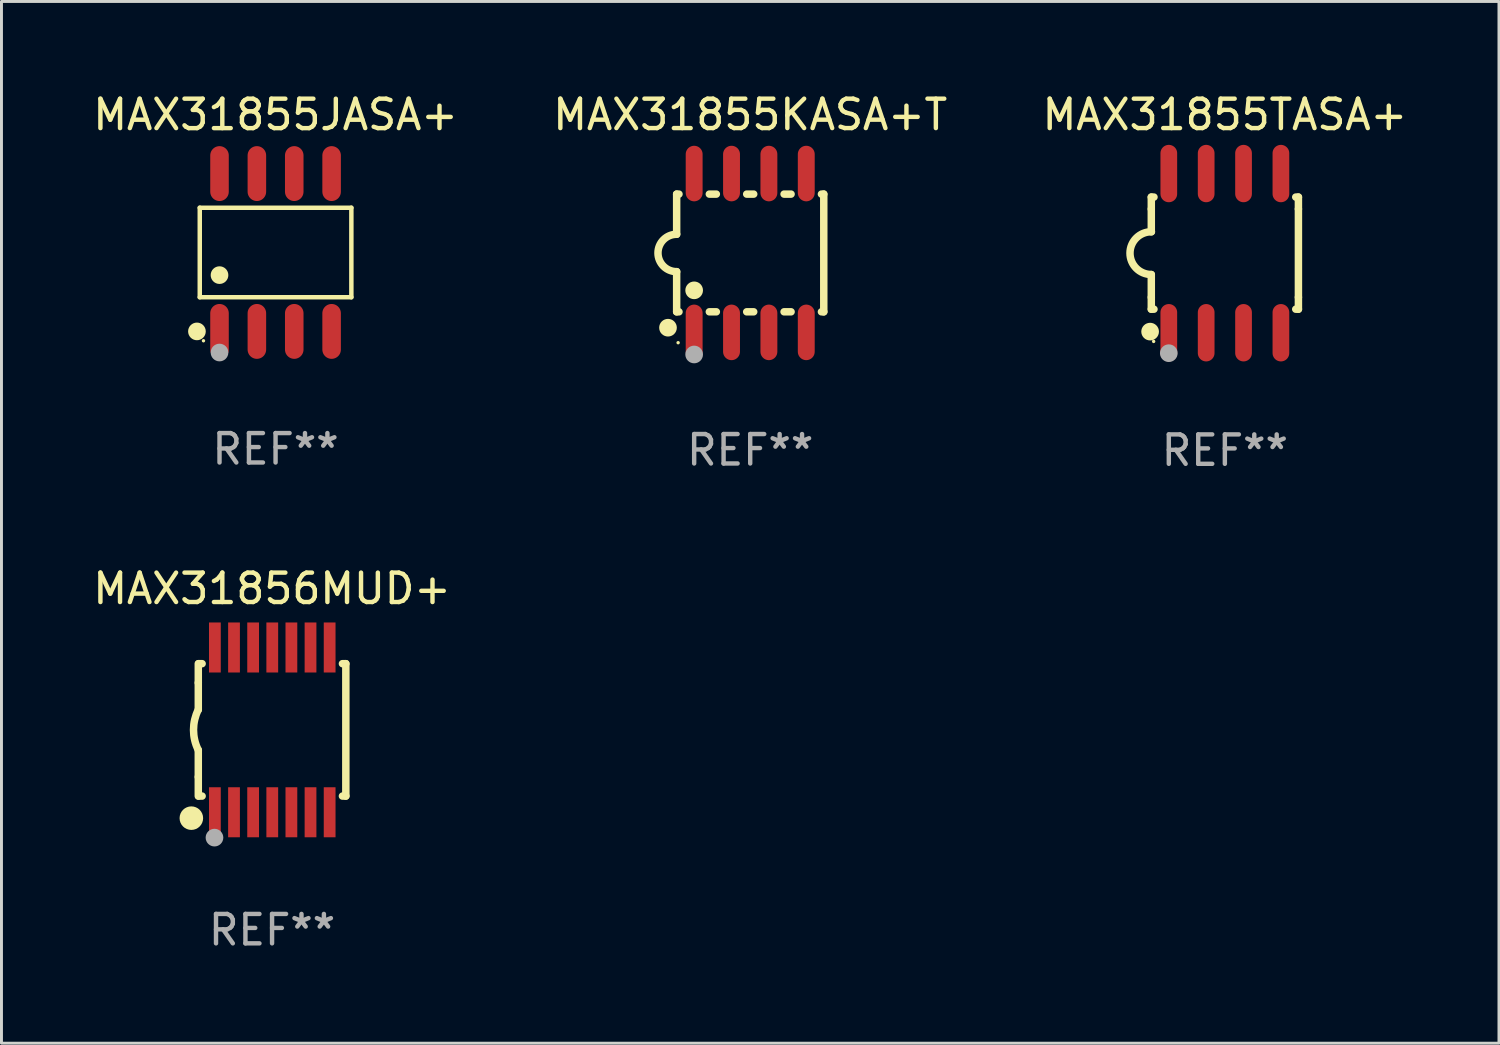
<source format=kicad_pcb>
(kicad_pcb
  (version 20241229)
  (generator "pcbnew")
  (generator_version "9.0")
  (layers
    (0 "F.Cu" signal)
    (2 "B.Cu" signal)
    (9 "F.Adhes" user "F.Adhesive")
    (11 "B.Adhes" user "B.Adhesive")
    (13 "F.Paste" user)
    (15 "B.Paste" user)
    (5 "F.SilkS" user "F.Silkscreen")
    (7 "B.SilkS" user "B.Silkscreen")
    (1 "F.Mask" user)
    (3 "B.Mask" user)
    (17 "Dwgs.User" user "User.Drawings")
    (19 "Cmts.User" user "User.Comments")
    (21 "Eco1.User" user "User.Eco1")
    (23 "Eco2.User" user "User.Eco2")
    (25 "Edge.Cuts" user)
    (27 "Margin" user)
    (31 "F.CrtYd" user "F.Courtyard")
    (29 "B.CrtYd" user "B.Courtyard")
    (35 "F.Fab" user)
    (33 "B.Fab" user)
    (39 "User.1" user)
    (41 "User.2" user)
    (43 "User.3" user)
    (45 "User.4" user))
  (footprint "MAX31855KASA+T"
    (layer "F.Cu")
    (at 22.446 5.547)
    (property "Reference" "MAX31855KASA+T" (at 0 -4.699 0) (layer "F.SilkS") (effects (font (size 1 1) (thickness 0.15))))
    (attr through_hole)
    (fp_line (start -2.5 -2) (end -2.5 -0.635) (stroke (width 0.254) (type solid)) (layer "F.SilkS"))
    (fp_line (start -2.5 -2) (end -2.421 -2) (stroke (width 0.254) (type solid)) (layer "F.SilkS"))
    (fp_line (start -2.5 2) (end -2.5 0.635) (stroke (width 0.254) (type solid)) (layer "F.SilkS"))
    (fp_line (start -2.5 2) (end -2.421 2) (stroke (width 0.254) (type solid)) (layer "F.SilkS"))
    (fp_line (start -1.389 -2) (end -1.151 -2) (stroke (width 0.254) (type solid)) (layer "F.SilkS"))
    (fp_line (start -1.389 2) (end -1.151 2) (stroke (width 0.254) (type solid)) (layer "F.SilkS"))
    (fp_line (start -0.119 -2) (end 0.119 -2) (stroke (width 0.254) (type solid)) (layer "F.SilkS"))
    (fp_line (start -0.119 2) (end 0.119 2) (stroke (width 0.254) (type solid)) (layer "F.SilkS"))
    (fp_line (start 1.151 -2) (end 1.389 -2) (stroke (width 0.254) (type solid)) (layer "F.SilkS"))
    (fp_line (start 1.151 2) (end 1.389 2) (stroke (width 0.254) (type solid)) (layer "F.SilkS"))
    (fp_line (start 2.421 -2) (end 2.5 -2) (stroke (width 0.254) (type solid)) (layer "F.SilkS"))
    (fp_line (start 2.421 2) (end 2.5 2) (stroke (width 0.254) (type solid)) (layer "F.SilkS"))
    (fp_line (start 2.5 -2) (end 2.5 2) (stroke (width 0.254) (type solid)) (layer "F.SilkS"))
    (fp_arc (start -2.5 0.635001) (mid -3.134366 -0.000318) (end -2.499365 -0.635001) (stroke (width 0.254001) (type solid)) (layer "F.SilkS"))
    (fp_circle (center -2.794 2.54) (end -2.644 2.54) (stroke (width 0.3) (type solid)) (fill no) (layer "F.SilkS"))
    (fp_circle (center -2.45 3.05) (end -2.42 3.05) (stroke (width 0.06) (type solid)) (fill no) (layer "F.SilkS"))
    (fp_circle (center -1.905 1.27) (end -1.755 1.27) (stroke (width 0.3) (type solid)) (fill no) (layer "F.SilkS"))
    (fp_circle (center -1.905 3.45) (end -1.755 3.45) (stroke (width 0.3) (type solid)) (fill no) (layer "F.Fab"))
    (fp_text user "REF**" (at 0 6.699 0) (layer "F.Fab") (effects (font (size 1 1) (thickness 0.15))))
    (pad "1" smd oval (at -1.905 2.699) (size 0.574 1.888) (layers "F.Cu" "F.Mask" "F.Paste"))
    (pad "2" smd oval (at -0.635 2.699) (size 0.574 1.888) (layers "F.Cu" "F.Mask" "F.Paste"))
    (pad "3" smd oval (at 0.635 2.699) (size 0.574 1.888) (layers "F.Cu" "F.Mask" "F.Paste"))
    (pad "4" smd oval (at 1.905 2.699) (size 0.574 1.888) (layers "F.Cu" "F.Mask" "F.Paste"))
    (pad "5" smd oval (at 1.905 -2.699) (size 0.574 1.888) (layers "F.Cu" "F.Mask" "F.Paste"))
    (pad "6" smd oval (at 0.635 -2.699) (size 0.574 1.888) (layers "F.Cu" "F.Mask" "F.Paste"))
    (pad "7" smd oval (at -0.635 -2.699) (size 0.574 1.888) (layers "F.Cu" "F.Mask" "F.Paste"))
    (pad "8" smd oval (at -1.905 -2.699) (size 0.574 1.888) (layers "F.Cu" "F.Mask" "F.Paste")))
  (footprint "MAX31856MUD+"
    (layer "F.Cu")
    (at 6.196 21.755)
    (property "Reference" "MAX31856MUD+" (at 0 -4.8 0) (layer "F.SilkS") (effects (font (size 1 1) (thickness 0.15))))
    (attr through_hole)
    (fp_line (start -2.507 -1.6) (end -2.507 -2.25) (stroke (width 0.254) (type solid)) (layer "F.SilkS"))
    (fp_line (start -2.507 -0.686) (end -2.507 -1.6) (stroke (width 0.254) (type solid)) (layer "F.SilkS"))
    (fp_line (start -2.507 1.6) (end -2.507 0.686) (stroke (width 0.254) (type solid)) (layer "F.SilkS"))
    (fp_line (start -2.507 1.6) (end -2.507 2.25) (stroke (width 0.254) (type solid)) (layer "F.SilkS"))
    (fp_line (start -2.493 -2.25) (end -2.377 -2.25) (stroke (width 0.254) (type solid)) (layer "F.SilkS"))
    (fp_line (start -2.377 2.25) (end -2.493 2.25) (stroke (width 0.254) (type solid)) (layer "F.SilkS"))
    (fp_line (start 2.392 -2.25) (end 2.507 -2.25) (stroke (width 0.254) (type solid)) (layer "F.SilkS"))
    (fp_line (start 2.507 -2.25) (end 2.507 2.25) (stroke (width 0.254) (type solid)) (layer "F.SilkS"))
    (fp_line (start 2.507 2.25) (end 2.392 2.25) (stroke (width 0.254) (type solid)) (layer "F.SilkS"))
    (fp_arc (start -2.507303 0.685802) (mid -2.669199 0) (end -2.507303 -0.685801) (stroke (width 0.254001) (type solid)) (layer "F.SilkS"))
    (fp_circle (center -2.743 3) (end -2.543 3) (stroke (width 0.4) (type solid)) (fill no) (layer "F.SilkS"))
    (fp_circle (center -2.493 3.2) (end -2.463 3.2) (stroke (width 0.06) (type solid)) (fill no) (layer "F.SilkS"))
    (fp_circle (center -1.957 3.662) (end -1.807 3.662) (stroke (width 0.3) (type solid)) (fill no) (layer "F.Fab"))
    (fp_text user "REF**" (at 0 6.8 0) (layer "F.Fab") (effects (font (size 1 1) (thickness 0.15))))
    (pad "1" smd rect (at -1.943 2.8) (size 0.4 1.7) (layers "F.Cu" "F.Mask" "F.Paste"))
    (pad "2" smd rect (at -1.293 2.8) (size 0.4 1.7) (layers "F.Cu" "F.Mask" "F.Paste"))
    (pad "3" smd rect (at -0.643 2.8) (size 0.4 1.7) (layers "F.Cu" "F.Mask" "F.Paste"))
    (pad "4" smd rect (at 0.007 2.8) (size 0.4 1.7) (layers "F.Cu" "F.Mask" "F.Paste"))
    (pad "5" smd rect (at 0.657 2.8) (size 0.4 1.7) (layers "F.Cu" "F.Mask" "F.Paste"))
    (pad "6" smd rect (at 1.307 2.8) (size 0.4 1.7) (layers "F.Cu" "F.Mask" "F.Paste"))
    (pad "7" smd rect (at 1.957 2.8) (size 0.4 1.7) (layers "F.Cu" "F.Mask" "F.Paste"))
    (pad "8" smd rect (at 1.957 -2.8) (size 0.4 1.7) (layers "F.Cu" "F.Mask" "F.Paste"))
    (pad "9" smd rect (at 1.307 -2.8) (size 0.4 1.7) (layers "F.Cu" "F.Mask" "F.Paste"))
    (pad "10" smd rect (at 0.657 -2.8) (size 0.4 1.7) (layers "F.Cu" "F.Mask" "F.Paste"))
    (pad "11" smd rect (at 0.007 -2.8) (size 0.4 1.7) (layers "F.Cu" "F.Mask" "F.Paste"))
    (pad "12" smd rect (at -0.643 -2.8) (size 0.4 1.7) (layers "F.Cu" "F.Mask" "F.Paste"))
    (pad "13" smd rect (at -1.293 -2.8) (size 0.4 1.7) (layers "F.Cu" "F.Mask" "F.Paste"))
    (pad "14" smd rect (at -1.943 -2.8) (size 0.4 1.7) (layers "F.Cu" "F.Mask" "F.Paste")))
  (footprint "MAX31855JASA+"
    (layer "F.Cu")
    (at 6.315 5.531)
    (property "Reference" "MAX31855JASA+" (at 0 -4.682 0) (layer "F.SilkS") (effects (font (size 1 1) (thickness 0.15))))
    (attr through_hole)
    (fp_line (start -2.576 -1.521) (end 2.576 -1.521) (stroke (width 0.152) (type solid)) (layer "F.SilkS"))
    (fp_line (start -2.576 1.521) (end -2.576 -1.521) (stroke (width 0.152) (type solid)) (layer "F.SilkS"))
    (fp_line (start 2.576 -1.521) (end 2.576 1.521) (stroke (width 0.152) (type solid)) (layer "F.SilkS"))
    (fp_line (start 2.576 1.521) (end -2.576 1.521) (stroke (width 0.152) (type solid)) (layer "F.SilkS"))
    (fp_circle (center -2.672 2.682) (end -2.522 2.682) (stroke (width 0.3) (type solid)) (fill no) (layer "F.SilkS"))
    (fp_circle (center -2.45 3) (end -2.42 3) (stroke (width 0.06) (type solid)) (fill no) (layer "F.SilkS"))
    (fp_circle (center -1.905 0.769) (end -1.755 0.769) (stroke (width 0.3) (type solid)) (fill no) (layer "F.SilkS"))
    (fp_circle (center -1.905 3.4) (end -1.755 3.4) (stroke (width 0.3) (type solid)) (fill no) (layer "F.Fab"))
    (fp_text user "REF**" (at 0 6.682 0) (layer "F.Fab") (effects (font (size 1 1) (thickness 0.15))))
    (pad "1" smd oval (at -1.905 2.682) (size 0.63 1.865) (layers "F.Cu" "F.Mask" "F.Paste"))
    (pad "2" smd oval (at -0.635 2.682) (size 0.63 1.865) (layers "F.Cu" "F.Mask" "F.Paste"))
    (pad "3" smd oval (at 0.635 2.682) (size 0.63 1.865) (layers "F.Cu" "F.Mask" "F.Paste"))
    (pad "4" smd oval (at 1.905 2.682) (size 0.63 1.865) (layers "F.Cu" "F.Mask" "F.Paste"))
    (pad "5" smd oval (at 1.905 -2.682) (size 0.63 1.865) (layers "F.Cu" "F.Mask" "F.Paste"))
    (pad "6" smd oval (at 0.635 -2.682) (size 0.63 1.865) (layers "F.Cu" "F.Mask" "F.Paste"))
    (pad "7" smd oval (at -0.635 -2.682) (size 0.63 1.865) (layers "F.Cu" "F.Mask" "F.Paste"))
    (pad "8" smd oval (at -1.905 -2.682) (size 0.63 1.865) (layers "F.Cu" "F.Mask" "F.Paste")))
  (footprint "MAX31855TASA+"
    (layer "F.Cu")
    (at 38.577 5.553)
    (property "Reference" "MAX31855TASA+" (at 0 -4.705 0) (layer "F.SilkS") (effects (font (size 1 1) (thickness 0.15))))
    (attr through_hole)
    (fp_line (start -2.5 -1.905) (end -2.409 -1.905) (stroke (width 0.254) (type solid)) (layer "F.SilkS"))
    (fp_line (start -2.5 -1.5) (end -2.5 -1.905) (stroke (width 0.254) (type solid)) (layer "F.SilkS"))
    (fp_line (start -2.5 -1.5) (end -2.5 -0.726) (stroke (width 0.254) (type solid)) (layer "F.SilkS"))
    (fp_line (start -2.5 1.5) (end -2.5 0.727) (stroke (width 0.254) (type solid)) (layer "F.SilkS"))
    (fp_line (start -2.5 1.5) (end -2.5 1.905) (stroke (width 0.254) (type solid)) (layer "F.SilkS"))
    (fp_line (start -2.5 1.905) (end -2.409 1.905) (stroke (width 0.254) (type solid)) (layer "F.SilkS"))
    (fp_line (start 2.5 -1.905) (end 2.409 -1.905) (stroke (width 0.254) (type solid)) (layer "F.SilkS"))
    (fp_line (start 2.5 -1.5) (end 2.5 -1.905) (stroke (width 0.254) (type solid)) (layer "F.SilkS"))
    (fp_line (start 2.5 -1.5) (end 2.5 1.5) (stroke (width 0.254) (type solid)) (layer "F.SilkS"))
    (fp_line (start 2.5 1.5) (end 2.5 1.905) (stroke (width 0.254) (type solid)) (layer "F.SilkS"))
    (fp_line (start 2.5 1.905) (end 2.409 1.905) (stroke (width 0.254) (type solid)) (layer "F.SilkS"))
    (fp_arc (start -2.5 0.726568) (mid -3.220316 -0.0023) (end -2.495097 -0.726289) (stroke (width 0.254001) (type solid)) (layer "F.SilkS"))
    (fp_circle (center -2.54 2.667) (end -2.39 2.667) (stroke (width 0.3) (type solid)) (fill no) (layer "F.SilkS"))
    (fp_circle (center -2.42 3) (end -2.39 3) (stroke (width 0.06) (type solid)) (fill no) (layer "F.SilkS"))
    (fp_circle (center -1.905 3.4) (end -1.755 3.4) (stroke (width 0.3) (type solid)) (fill no) (layer "F.Fab"))
    (fp_text user "REF**" (at 0 6.705 0) (layer "F.Fab") (effects (font (size 1 1) (thickness 0.15))))
    (pad "1" smd oval (at -1.905 2.705) (size 0.568 1.95) (layers "F.Cu" "F.Mask" "F.Paste"))
    (pad "2" smd oval (at -0.635 2.705) (size 0.568 1.95) (layers "F.Cu" "F.Mask" "F.Paste"))
    (pad "3" smd oval (at 0.635 2.705) (size 0.568 1.95) (layers "F.Cu" "F.Mask" "F.Paste"))
    (pad "4" smd oval (at 1.905 2.705) (size 0.568 1.95) (layers "F.Cu" "F.Mask" "F.Paste"))
    (pad "5" smd oval (at 1.905 -2.705) (size 0.568 1.95) (layers "F.Cu" "F.Mask" "F.Paste"))
    (pad "6" smd oval (at 0.635 -2.705) (size 0.568 1.95) (layers "F.Cu" "F.Mask" "F.Paste"))
    (pad "7" smd oval (at -0.635 -2.705) (size 0.568 1.95) (layers "F.Cu" "F.Mask" "F.Paste"))
    (pad "8" smd oval (at -1.905 -2.705) (size 0.568 1.95) (layers "F.Cu" "F.Mask" "F.Paste")))
  (gr_rect
    (start -3 -3)
    (end 47.893 32.403)
    (stroke (width 0.1) (type default))
    (fill no)
    (layer "Edge.Cuts")))
</source>
